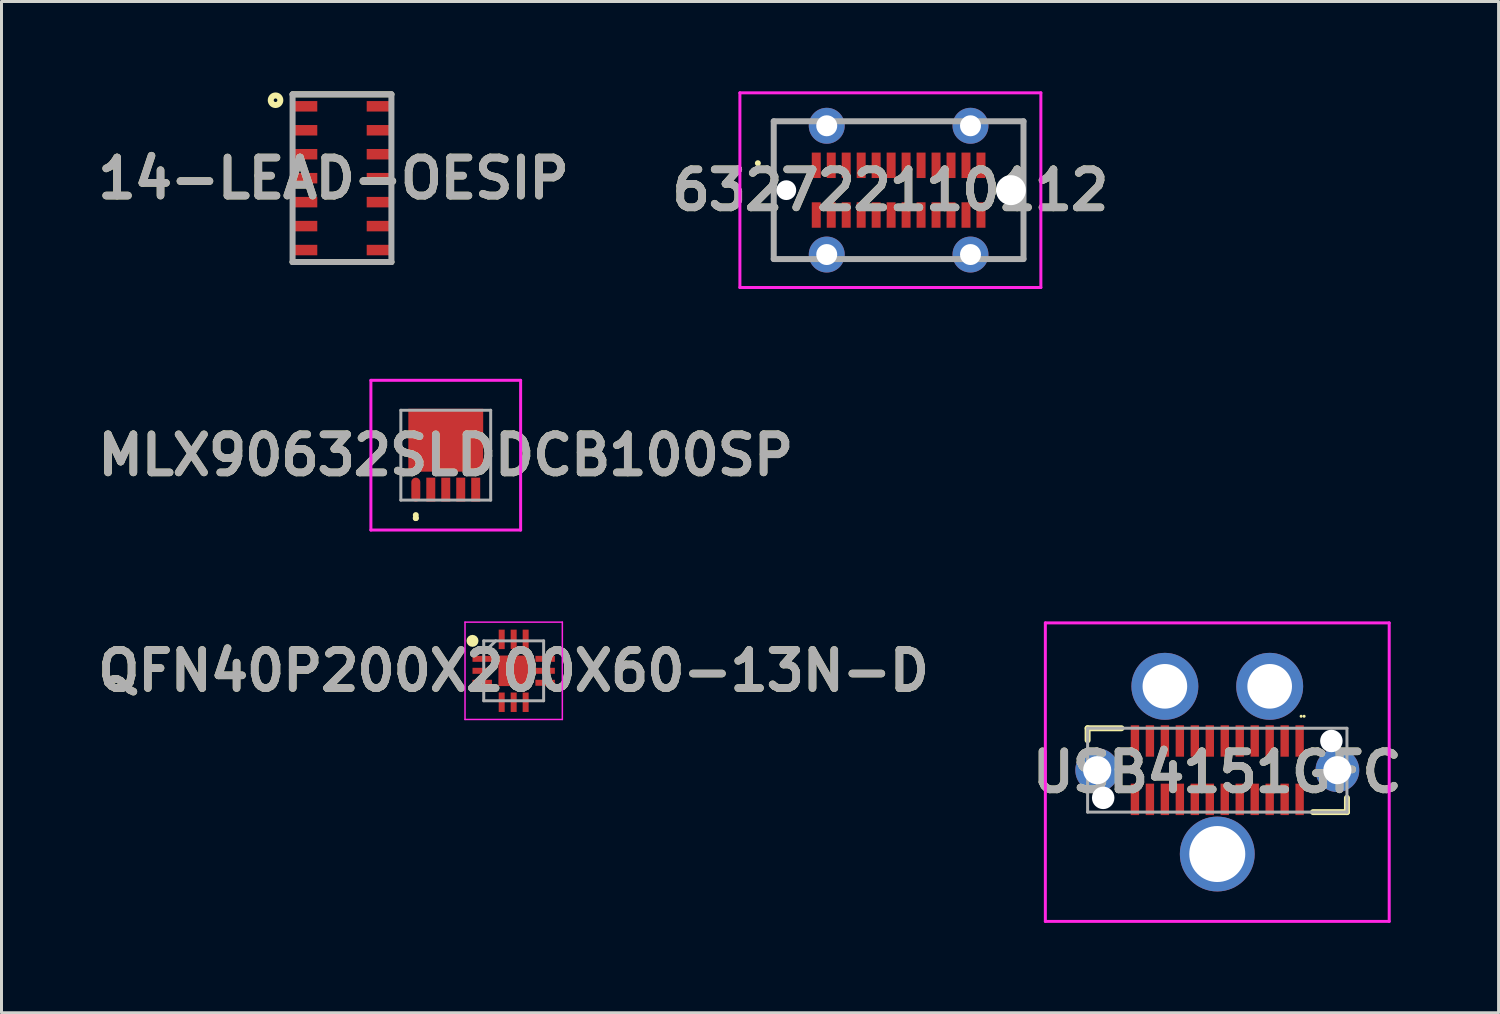
<source format=kicad_pcb>
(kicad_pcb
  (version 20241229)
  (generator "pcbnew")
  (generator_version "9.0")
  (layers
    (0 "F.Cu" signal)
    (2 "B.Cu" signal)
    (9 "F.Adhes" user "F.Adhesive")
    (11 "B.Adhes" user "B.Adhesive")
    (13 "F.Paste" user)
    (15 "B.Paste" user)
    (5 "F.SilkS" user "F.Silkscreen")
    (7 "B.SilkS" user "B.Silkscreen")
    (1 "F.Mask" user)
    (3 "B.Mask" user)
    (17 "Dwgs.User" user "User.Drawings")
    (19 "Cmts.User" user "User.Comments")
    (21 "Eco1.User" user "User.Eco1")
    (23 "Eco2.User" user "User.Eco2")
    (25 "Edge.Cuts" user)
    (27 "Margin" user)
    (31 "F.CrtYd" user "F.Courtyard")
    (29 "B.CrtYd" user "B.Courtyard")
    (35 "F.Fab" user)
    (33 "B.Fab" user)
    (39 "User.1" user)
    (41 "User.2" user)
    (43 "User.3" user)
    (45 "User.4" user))
  (footprint "QFN40P200X200X60-13N-D"
    (layer "F.Cu")
    (at 14.103 19.35)
    (property "Reference" "QFN40P200X200X60-13N-D" (at 0 0 0) (layer "F.SilkS") (effects (font (size 1.27 1.27) (thickness 0.254))))
    (attr smd)
    (fp_circle (center -1.375 -1) (end -1.375 -0.9) (stroke (width 0.2) (type solid)) (fill no) (layer "F.SilkS"))
    (fp_line (start -1.625 -1.625) (end 1.625 -1.625) (stroke (width 0.05) (type solid)) (layer "F.CrtYd"))
    (fp_line (start -1.625 1.625) (end -1.625 -1.625) (stroke (width 0.05) (type solid)) (layer "F.CrtYd"))
    (fp_line (start 1.625 -1.625) (end 1.625 1.625) (stroke (width 0.05) (type solid)) (layer "F.CrtYd"))
    (fp_line (start 1.625 1.625) (end -1.625 1.625) (stroke (width 0.05) (type solid)) (layer "F.CrtYd"))
    (fp_line (start -1 -1) (end 1 -1) (stroke (width 0.1) (type solid)) (layer "F.Fab"))
    (fp_line (start -1 -0.6) (end -0.6 -1) (stroke (width 0.1) (type solid)) (layer "F.Fab"))
    (fp_line (start -1 1) (end -1 -1) (stroke (width 0.1) (type solid)) (layer "F.Fab"))
    (fp_line (start 1 -1) (end 1 1) (stroke (width 0.1) (type solid)) (layer "F.Fab"))
    (fp_line (start 1 1) (end -1 1) (stroke (width 0.1) (type solid)) (layer "F.Fab"))
    (fp_text user "${REFERENCE}" (at 0 0 0) (layer "F.Fab") (effects (font (size 1.27 1.27) (thickness 0.254))))
    (pad "1" smd rect (at -1.05 -0.4 90) (size 0.2 0.65) (layers "F.Cu" "F.Mask" "F.Paste"))
    (pad "2" smd rect (at -1.05 0 90) (size 0.2 0.65) (layers "F.Cu" "F.Mask" "F.Paste"))
    (pad "3" smd rect (at -1.05 0.4 90) (size 0.2 0.65) (layers "F.Cu" "F.Mask" "F.Paste"))
    (pad "4" smd rect (at -0.4 1.05) (size 0.2 0.65) (layers "F.Cu" "F.Mask" "F.Paste"))
    (pad "5" smd rect (at 0 1.05) (size 0.2 0.65) (layers "F.Cu" "F.Mask" "F.Paste"))
    (pad "6" smd rect (at 0.4 1.05) (size 0.2 0.65) (layers "F.Cu" "F.Mask" "F.Paste"))
    (pad "7" smd rect (at 1.05 0.4 90) (size 0.2 0.65) (layers "F.Cu" "F.Mask" "F.Paste"))
    (pad "8" smd rect (at 1.05 0 90) (size 0.2 0.65) (layers "F.Cu" "F.Mask" "F.Paste"))
    (pad "9" smd rect (at 1.05 -0.4 90) (size 0.2 0.65) (layers "F.Cu" "F.Mask" "F.Paste"))
    (pad "10" smd rect (at 0.4 -1.05) (size 0.2 0.65) (layers "F.Cu" "F.Mask" "F.Paste"))
    (pad "11" smd rect (at 0 -1.05) (size 0.2 0.65) (layers "F.Cu" "F.Mask" "F.Paste"))
    (pad "12" smd rect (at -0.4 -1.05) (size 0.2 0.65) (layers "F.Cu" "F.Mask" "F.Paste"))
    (pad "13" smd rect (at 0 0) (size 1.02 1.02) (layers "F.Cu" "F.Mask" "F.Paste")))
  (footprint "USB4151GFC"
    (layer "F.Cu")
    (at 37.598 22.668)
    (property "Reference" "USB4151GFC" (at 0 0.066 0) (layer "F.SilkS") (effects (font (size 1.27 1.27) (thickness 0.254))))
    (attr through_hole)
    (fp_line (start -4.33 -1.4) (end -4.33 -1) (stroke (width 0.2) (type solid)) (layer "F.SilkS"))
    (fp_line (start -3.2 -1.4) (end -4.33 -1.4) (stroke (width 0.2) (type solid)) (layer "F.SilkS"))
    (fp_line (start 2.8 -1.8) (end 2.8 -1.8) (stroke (width 0.1) (type solid)) (layer "F.SilkS"))
    (fp_line (start 2.9 -1.8) (end 2.9 -1.8) (stroke (width 0.1) (type solid)) (layer "F.SilkS"))
    (fp_line (start 3.2 1.4) (end 4.33 1.4) (stroke (width 0.2) (type solid)) (layer "F.SilkS"))
    (fp_line (start 4.33 1.4) (end 4.33 0.925) (stroke (width 0.2) (type solid)) (layer "F.SilkS"))
    (fp_line (start -5.741 -4.918) (end 5.741 -4.918) (stroke (width 0.1) (type solid)) (layer "F.CrtYd"))
    (fp_line (start -5.741 5.05) (end -5.741 -4.918) (stroke (width 0.1) (type solid)) (layer "F.CrtYd"))
    (fp_line (start 5.741 -4.918) (end 5.741 5.05) (stroke (width 0.1) (type solid)) (layer "F.CrtYd"))
    (fp_line (start 5.741 5.05) (end -5.741 5.05) (stroke (width 0.1) (type solid)) (layer "F.CrtYd"))
    (fp_line (start -4.33 -1.4) (end 4.33 -1.4) (stroke (width 0.1) (type solid)) (layer "F.Fab"))
    (fp_line (start -4.33 1.4) (end -4.33 -1.4) (stroke (width 0.1) (type solid)) (layer "F.Fab"))
    (fp_line (start 4.33 -1.4) (end 4.33 1.4) (stroke (width 0.1) (type solid)) (layer "F.Fab"))
    (fp_line (start 4.33 1.4) (end -4.33 1.4) (stroke (width 0.1) (type solid)) (layer "F.Fab"))
    (fp_text user "${REFERENCE}" (at 0 0.066 0) (layer "F.Fab") (effects (font (size 1.27 1.27) (thickness 0.254))))
    (pad "" np_thru_hole circle (at -3.81 0.925) (size 0.75 0.75) (drill 0.75) (layers "*.Cu" "*.Mask"))
    (pad "" np_thru_hole circle (at 3.81 -0.975) (size 0.75 0.75) (drill 0.75) (layers "*.Cu" "*.Mask"))
    (pad "A1" smd rect (at 2.75 -0.975) (size 0.28 1.05) (layers "F.Cu" "F.Mask" "F.Paste"))
    (pad "A2" smd rect (at 2.25 -0.975) (size 0.28 1.05) (layers "F.Cu" "F.Mask" "F.Paste"))
    (pad "A3" smd rect (at 1.75 -0.975) (size 0.28 1.05) (layers "F.Cu" "F.Mask" "F.Paste"))
    (pad "A4" smd rect (at 1.25 -0.975) (size 0.28 1.05) (layers "F.Cu" "F.Mask" "F.Paste"))
    (pad "A5" smd rect (at 0.75 -0.975) (size 0.28 1.05) (layers "F.Cu" "F.Mask" "F.Paste"))
    (pad "A6" smd rect (at 0.25 -0.975) (size 0.28 1.05) (layers "F.Cu" "F.Mask" "F.Paste"))
    (pad "A7" smd rect (at -0.25 -0.975) (size 0.28 1.05) (layers "F.Cu" "F.Mask" "F.Paste"))
    (pad "A8" smd rect (at -0.75 -0.975) (size 0.28 1.05) (layers "F.Cu" "F.Mask" "F.Paste"))
    (pad "A9" smd rect (at -1.25 -0.975) (size 0.28 1.05) (layers "F.Cu" "F.Mask" "F.Paste"))
    (pad "A10" smd rect (at -1.75 -0.975) (size 0.28 1.05) (layers "F.Cu" "F.Mask" "F.Paste"))
    (pad "A11" smd rect (at -2.25 -0.975) (size 0.28 1.05) (layers "F.Cu" "F.Mask" "F.Paste"))
    (pad "A12" smd rect (at -2.75 -0.975) (size 0.28 1.05) (layers "F.Cu" "F.Mask" "F.Paste"))
    (pad "B1" smd rect (at -2.75 0.975) (size 0.28 1.05) (layers "F.Cu" "F.Mask" "F.Paste"))
    (pad "B2" smd rect (at -2.25 0.975) (size 0.28 1.05) (layers "F.Cu" "F.Mask" "F.Paste"))
    (pad "B3" smd rect (at -1.75 0.975) (size 0.28 1.05) (layers "F.Cu" "F.Mask" "F.Paste"))
    (pad "B4" smd rect (at -1.25 0.975) (size 0.28 1.05) (layers "F.Cu" "F.Mask" "F.Paste"))
    (pad "B5" smd rect (at -0.75 0.975) (size 0.28 1.05) (layers "F.Cu" "F.Mask" "F.Paste"))
    (pad "B6" smd rect (at -0.25 0.975) (size 0.28 1.05) (layers "F.Cu" "F.Mask" "F.Paste"))
    (pad "B7" smd rect (at 0.25 0.975) (size 0.28 1.05) (layers "F.Cu" "F.Mask" "F.Paste"))
    (pad "B8" smd rect (at 0.75 0.975) (size 0.28 1.05) (layers "F.Cu" "F.Mask" "F.Paste"))
    (pad "B9" smd rect (at 1.25 0.975) (size 0.28 1.05) (layers "F.Cu" "F.Mask" "F.Paste"))
    (pad "B10" smd rect (at 1.75 0.975) (size 0.28 1.05) (layers "F.Cu" "F.Mask" "F.Paste"))
    (pad "B11" smd rect (at 2.25 0.975) (size 0.28 1.05) (layers "F.Cu" "F.Mask" "F.Paste"))
    (pad "B12" smd rect (at 2.75 0.975) (size 0.28 1.05) (layers "F.Cu" "F.Mask" "F.Paste"))
    (pad "MH1" thru_hole circle (at -4.01 0) (size 1.462 1.462) (drill 0.94) (layers "*.Cu" "*.Mask"))
    (pad "MH2" thru_hole circle (at 0 2.8) (size 2.5 2.5) (drill 1.87) (layers "*.Cu" "*.Mask"))
    (pad "MH3" thru_hole circle (at 4.01 0) (size 1.462 1.462) (drill 0.94) (layers "*.Cu" "*.Mask"))
    (pad "MH4" thru_hole circle (at 1.75 -2.8) (size 2.235 2.235) (drill 1.49) (layers "*.Cu" "*.Mask"))
    (pad "MH5" thru_hole circle (at -1.75 -2.8) (size 2.235 2.235) (drill 1.49) (layers "*.Cu" "*.Mask")))
  (footprint "632722110112"
    (layer "F.Cu")
    (at 26.957 3.3)
    (property "Reference" "632722110112" (at -0.275 0 0) (layer "F.SilkS") (effects (font (size 1.27 1.27) (thickness 0.254))))
    (attr through_hole)
    (fp_line (start -4.7 -0.9) (end -4.7 -0.9) (stroke (width 0.2) (type solid)) (layer "F.SilkS"))
    (fp_line (start -4.7 -0.7) (end -4.7 -0.7) (stroke (width 0.2) (type solid)) (layer "F.SilkS"))
    (fp_line (start -4.17 -2.3) (end -4.17 -0.5) (stroke (width 0.1) (type solid)) (layer "F.SilkS"))
    (fp_line (start -4.17 2.3) (end -4.17 0.5) (stroke (width 0.1) (type solid)) (layer "F.SilkS"))
    (fp_line (start -3.5 -2.3) (end -4.17 -2.3) (stroke (width 0.1) (type solid)) (layer "F.SilkS"))
    (fp_line (start -3.5 2.3) (end -4.17 2.3) (stroke (width 0.1) (type solid)) (layer "F.SilkS"))
    (fp_line (start -1 -2.3) (end 1 -2.3) (stroke (width 0.1) (type solid)) (layer "F.SilkS"))
    (fp_line (start -1 2.3) (end 1 2.3) (stroke (width 0.1) (type solid)) (layer "F.SilkS"))
    (fp_line (start 3.5 -2.3) (end 4.17 -2.3) (stroke (width 0.1) (type solid)) (layer "F.SilkS"))
    (fp_line (start 3.5 2.3) (end 4.17 2.3) (stroke (width 0.1) (type solid)) (layer "F.SilkS"))
    (fp_line (start 4.17 -2.3) (end 4.17 -1) (stroke (width 0.1) (type solid)) (layer "F.SilkS"))
    (fp_line (start 4.17 2.3) (end 4.17 1) (stroke (width 0.1) (type solid)) (layer "F.SilkS"))
    (fp_line (start -5.3 -3.25) (end 4.75 -3.25) (stroke (width 0.1) (type solid)) (layer "F.CrtYd"))
    (fp_line (start -5.3 3.25) (end -5.3 -3.25) (stroke (width 0.1) (type solid)) (layer "F.CrtYd"))
    (fp_line (start 4.75 -3.25) (end 4.75 3.25) (stroke (width 0.1) (type solid)) (layer "F.CrtYd"))
    (fp_line (start 4.75 3.25) (end -5.3 3.25) (stroke (width 0.1) (type solid)) (layer "F.CrtYd"))
    (fp_line (start -4.17 -2.3) (end 4.17 -2.3) (stroke (width 0.2) (type solid)) (layer "F.Fab"))
    (fp_line (start -4.17 2.3) (end -4.17 -2.3) (stroke (width 0.2) (type solid)) (layer "F.Fab"))
    (fp_line (start 4.17 -2.3) (end 4.17 2.3) (stroke (width 0.2) (type solid)) (layer "F.Fab"))
    (fp_line (start 4.17 2.3) (end -4.17 2.3) (stroke (width 0.2) (type solid)) (layer "F.Fab"))
    (fp_text user "${REFERENCE}" (at -0.275 0 0) (layer "F.Fab") (effects (font (size 1.27 1.27) (thickness 0.254))))
    (pad "" np_thru_hole circle (at -3.75 0) (size 0.66 0.66) (drill 0.66) (layers "*.Cu" "*.Mask"))
    (pad "" np_thru_hole circle (at 3.75 0) (size 1 1) (drill 1) (layers "*.Cu" "*.Mask"))
    (pad "A1" smd rect (at -2.75 -0.83) (size 0.3 0.85) (layers "F.Cu" "F.Mask" "F.Paste"))
    (pad "A2" smd rect (at -2.25 -0.83) (size 0.3 0.85) (layers "F.Cu" "F.Mask" "F.Paste"))
    (pad "A3" smd rect (at -1.75 -0.83) (size 0.3 0.85) (layers "F.Cu" "F.Mask" "F.Paste"))
    (pad "A4" smd rect (at -1.25 -0.83) (size 0.3 0.85) (layers "F.Cu" "F.Mask" "F.Paste"))
    (pad "A5" smd rect (at -0.75 -0.83) (size 0.3 0.85) (layers "F.Cu" "F.Mask" "F.Paste"))
    (pad "A6" smd rect (at -0.25 -0.83) (size 0.3 0.85) (layers "F.Cu" "F.Mask" "F.Paste"))
    (pad "A7" smd rect (at 0.25 -0.83) (size 0.3 0.85) (layers "F.Cu" "F.Mask" "F.Paste"))
    (pad "A8" smd rect (at 0.75 -0.83) (size 0.3 0.85) (layers "F.Cu" "F.Mask" "F.Paste"))
    (pad "A9" smd rect (at 1.25 -0.83) (size 0.3 0.85) (layers "F.Cu" "F.Mask" "F.Paste"))
    (pad "A10" smd rect (at 1.75 -0.83) (size 0.3 0.85) (layers "F.Cu" "F.Mask" "F.Paste"))
    (pad "A11" smd rect (at 2.25 -0.83) (size 0.3 0.85) (layers "F.Cu" "F.Mask" "F.Paste"))
    (pad "A12" smd rect (at 2.75 -0.83) (size 0.3 0.85) (layers "F.Cu" "F.Mask" "F.Paste"))
    (pad "B1" smd rect (at 2.75 0.83) (size 0.3 0.85) (layers "F.Cu" "F.Mask" "F.Paste"))
    (pad "B2" smd rect (at 2.25 0.83) (size 0.3 0.85) (layers "F.Cu" "F.Mask" "F.Paste"))
    (pad "B3" smd rect (at 1.75 0.83) (size 0.3 0.85) (layers "F.Cu" "F.Mask" "F.Paste"))
    (pad "B4" smd rect (at 1.25 0.83) (size 0.3 0.85) (layers "F.Cu" "F.Mask" "F.Paste"))
    (pad "B5" smd rect (at 0.75 0.83) (size 0.3 0.85) (layers "F.Cu" "F.Mask" "F.Paste"))
    (pad "B6" smd rect (at 0.25 0.83) (size 0.3 0.85) (layers "F.Cu" "F.Mask" "F.Paste"))
    (pad "B7" smd rect (at -0.25 0.83) (size 0.3 0.85) (layers "F.Cu" "F.Mask" "F.Paste"))
    (pad "B8" smd rect (at -0.75 0.83) (size 0.3 0.85) (layers "F.Cu" "F.Mask" "F.Paste"))
    (pad "B9" smd rect (at -1.25 0.83) (size 0.3 0.85) (layers "F.Cu" "F.Mask" "F.Paste"))
    (pad "B10" smd rect (at -1.75 0.83) (size 0.3 0.85) (layers "F.Cu" "F.Mask" "F.Paste"))
    (pad "B11" smd rect (at -2.25 0.83) (size 0.3 0.85) (layers "F.Cu" "F.Mask" "F.Paste"))
    (pad "B12" smd rect (at -2.75 0.83) (size 0.3 0.85) (layers "F.Cu" "F.Mask" "F.Paste"))
    (pad "MH3" thru_hole circle (at -2.4 -2.15) (size 1.2 1.2) (drill 0.7) (layers "*.Cu" "*.Mask"))
    (pad "MH4" thru_hole circle (at 2.4 -2.15) (size 1.2 1.2) (drill 0.7) (layers "*.Cu" "*.Mask"))
    (pad "MH5" thru_hole circle (at -2.4 2.15) (size 1.2 1.2) (drill 0.7) (layers "*.Cu" "*.Mask"))
    (pad "MH6" thru_hole circle (at 2.4 2.15) (size 1.2 1.2) (drill 0.7) (layers "*.Cu" "*.Mask")))
  (footprint "MLX90632SLDDCB100SP"
    (layer "F.Cu")
    (at 11.835 12.15)
    (property "Reference" "MLX90632SLDDCB100SP" (at 0 0 0) (layer "F.SilkS") (effects (font (size 1.27 1.27) (thickness 0.254))))
    (attr smd)
    (fp_line (start -1 2) (end -1 2) (stroke (width 0.2) (type solid)) (layer "F.SilkS"))
    (fp_line (start -1 2.1) (end -1 2.1) (stroke (width 0.2) (type solid)) (layer "F.SilkS"))
    (fp_line (start -1 2.1) (end -1 2.1) (stroke (width 0.2) (type solid)) (layer "F.SilkS"))
    (fp_line (start -2.5 -2.5) (end 2.5 -2.5) (stroke (width 0.1) (type solid)) (layer "F.CrtYd"))
    (fp_line (start -2.5 2.5) (end -2.5 -2.5) (stroke (width 0.1) (type solid)) (layer "F.CrtYd"))
    (fp_line (start 2.5 -2.5) (end 2.5 2.5) (stroke (width 0.1) (type solid)) (layer "F.CrtYd"))
    (fp_line (start 2.5 2.5) (end -2.5 2.5) (stroke (width 0.1) (type solid)) (layer "F.CrtYd"))
    (fp_line (start -1.5 -1.5) (end -1.5 1.5) (stroke (width 0.1) (type solid)) (layer "F.Fab"))
    (fp_line (start -1.5 1.5) (end 1.5 1.5) (stroke (width 0.1) (type solid)) (layer "F.Fab"))
    (fp_line (start 1.5 -1.5) (end -1.5 -1.5) (stroke (width 0.1) (type solid)) (layer "F.Fab"))
    (fp_line (start 1.5 1.5) (end 1.5 -1.5) (stroke (width 0.1) (type solid)) (layer "F.Fab"))
    (fp_text user "${REFERENCE}" (at 0 0 0) (layer "F.Fab") (effects (font (size 1.27 1.27) (thickness 0.254))))
    (pad "1" smd oval (at -1 1.15) (size 0.3 0.8) (layers "F.Cu" "F.Mask" "F.Paste"))
    (pad "2" smd rect (at -0.5 1.15) (size 0.3 0.8) (layers "F.Cu" "F.Mask" "F.Paste"))
    (pad "3" smd rect (at 0 1.15) (size 0.3 0.8) (layers "F.Cu" "F.Mask" "F.Paste"))
    (pad "4" smd rect (at 0.5 1.15) (size 0.3 0.8) (layers "F.Cu" "F.Mask" "F.Paste"))
    (pad "5" smd rect (at 1 1.15) (size 0.3 0.8) (layers "F.Cu" "F.Mask" "F.Paste"))
    (pad "6" smd rect (at 0 -0.5 90) (size 2.1 2.5) (layers "F.Cu" "F.Mask" "F.Paste")))
  (footprint "14-LEAD-OESIP"
    (layer "F.Cu")
    (at 8.37 2.9)
    (property "Reference" "14-LEAD-OESIP" (at -0.284 0.006 0) (layer "F.SilkS") (effects (font (size 1.27 1.27) (thickness 0.254))))
    (attr smd)
    (fp_line (start -1.65 -2.8) (end 1.65 -2.8) (stroke (width 0.2) (type solid)) (layer "F.SilkS"))
    (fp_line (start 1.65 2.8) (end -1.65 2.8) (stroke (width 0.2) (type solid)) (layer "F.SilkS"))
    (fp_circle (center -2.219 -2.603) (end -2.219 -2.543) (stroke (width 0.2) (type solid)) (fill no) (layer "F.SilkS"))
    (fp_line (start -1.65 -2.8) (end 1.65 -2.8) (stroke (width 0.2) (type solid)) (layer "F.Fab"))
    (fp_line (start -1.65 2.8) (end -1.65 -2.8) (stroke (width 0.2) (type solid)) (layer "F.Fab"))
    (fp_line (start 1.65 -2.8) (end 1.65 2.8) (stroke (width 0.2) (type solid)) (layer "F.Fab"))
    (fp_line (start 1.65 2.8) (end -1.65 2.8) (stroke (width 0.2) (type solid)) (layer "F.Fab"))
    (fp_text user "${REFERENCE}" (at -0.284 0.006 0) (layer "F.Fab") (effects (font (size 1.27 1.27) (thickness 0.254))))
    (pad "1" smd rect (at -1.2 -2.4 90) (size 0.35 0.75) (layers "F.Cu" "F.Mask" "F.Paste"))
    (pad "2" smd rect (at -1.2 -1.6 90) (size 0.35 0.75) (layers "F.Cu" "F.Mask" "F.Paste"))
    (pad "3" smd rect (at -1.2 -0.8 90) (size 0.35 0.75) (layers "F.Cu" "F.Mask" "F.Paste"))
    (pad "4" smd rect (at -1.2 0 90) (size 0.35 0.75) (layers "F.Cu" "F.Mask" "F.Paste"))
    (pad "5" smd rect (at -1.2 0.8 90) (size 0.35 0.75) (layers "F.Cu" "F.Mask" "F.Paste"))
    (pad "6" smd rect (at -1.2 1.6 90) (size 0.35 0.75) (layers "F.Cu" "F.Mask" "F.Paste"))
    (pad "7" smd rect (at -1.2 2.4 90) (size 0.35 0.75) (layers "F.Cu" "F.Mask" "F.Paste"))
    (pad "8" smd rect (at 1.2 2.4 90) (size 0.35 0.75) (layers "F.Cu" "F.Mask" "F.Paste"))
    (pad "9" smd rect (at 1.2 1.6 90) (size 0.35 0.75) (layers "F.Cu" "F.Mask" "F.Paste"))
    (pad "10" smd rect (at 1.2 0.8 90) (size 0.35 0.75) (layers "F.Cu" "F.Mask" "F.Paste"))
    (pad "11" smd rect (at 1.2 0 90) (size 0.35 0.75) (layers "F.Cu" "F.Mask" "F.Paste"))
    (pad "12" smd rect (at 1.2 -0.8 90) (size 0.35 0.75) (layers "F.Cu" "F.Mask" "F.Paste"))
    (pad "13" smd rect (at 1.2 -1.6 90) (size 0.35 0.75) (layers "F.Cu" "F.Mask" "F.Paste"))
    (pad "14" smd rect (at 1.2 -2.4 90) (size 0.35 0.75) (layers "F.Cu" "F.Mask" "F.Paste")))
  (gr_rect
    (start -3 -3)
    (end 46.991 30.768)
    (stroke (width 0.1) (type default))
    (fill no)
    (layer "Edge.Cuts")))
</source>
